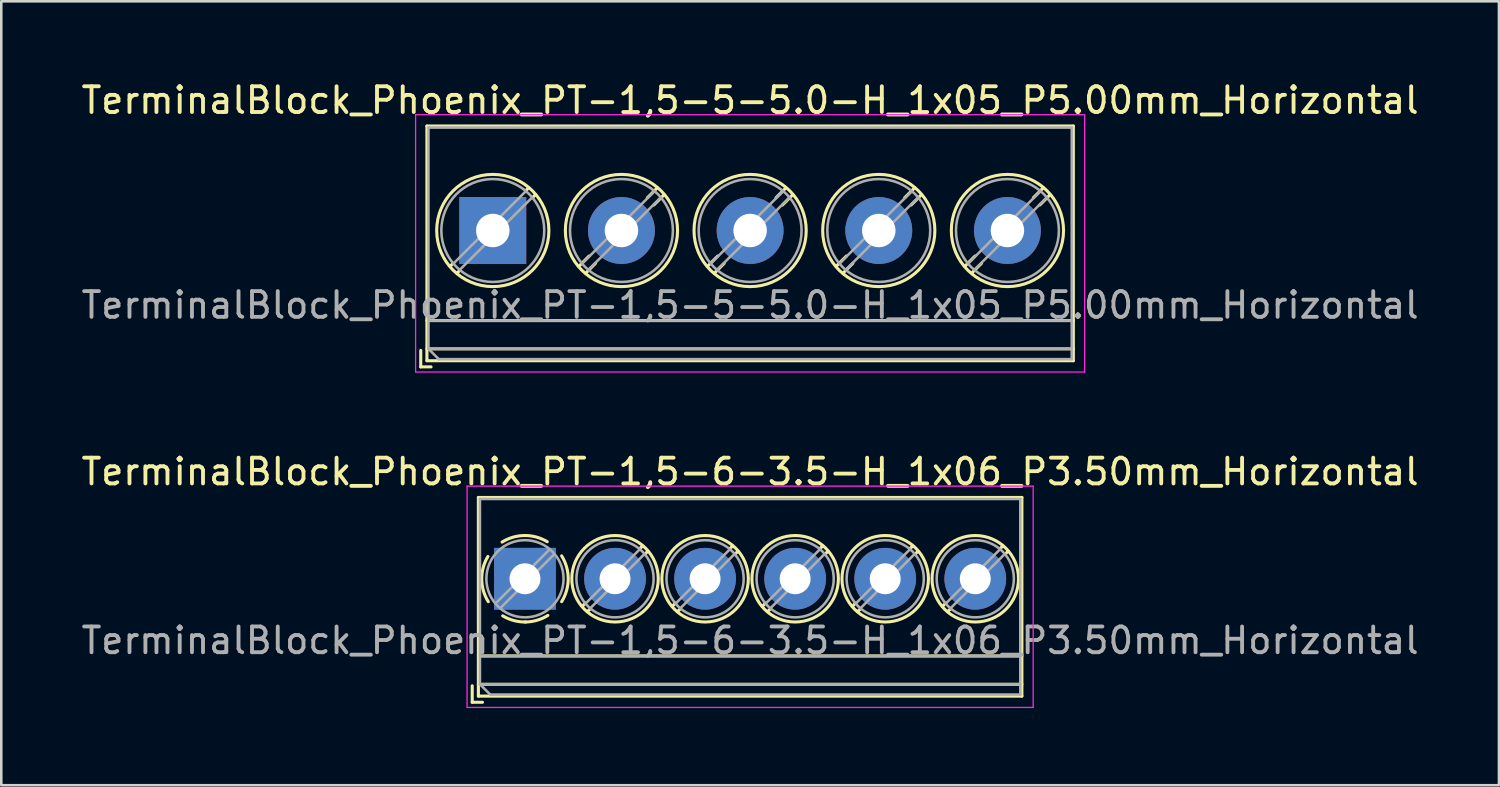
<source format=kicad_pcb>
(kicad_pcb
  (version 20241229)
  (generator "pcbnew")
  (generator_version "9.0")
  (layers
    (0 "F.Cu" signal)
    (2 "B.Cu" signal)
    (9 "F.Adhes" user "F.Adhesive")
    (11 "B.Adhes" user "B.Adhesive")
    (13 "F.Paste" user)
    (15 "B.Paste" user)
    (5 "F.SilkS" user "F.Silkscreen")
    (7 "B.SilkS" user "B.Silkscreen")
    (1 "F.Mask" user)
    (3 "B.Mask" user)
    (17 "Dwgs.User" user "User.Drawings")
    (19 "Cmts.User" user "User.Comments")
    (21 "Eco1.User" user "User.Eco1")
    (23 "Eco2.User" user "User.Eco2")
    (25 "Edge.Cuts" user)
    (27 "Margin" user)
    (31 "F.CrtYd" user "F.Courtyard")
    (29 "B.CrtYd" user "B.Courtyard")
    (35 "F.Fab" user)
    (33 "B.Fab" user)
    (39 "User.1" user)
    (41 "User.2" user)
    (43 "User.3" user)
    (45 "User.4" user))
  (footprint "TerminalBlock_Phoenix_PT-1,5-5-5.0-H_1x05_P5.00mm_Horizontal"
    (layer "F.Cu")
    (at 16.101 5.908)
    (property "Reference" "TerminalBlock_Phoenix_PT-1,5-5-5.0-H_1x05_P5.00mm_Horizontal" (at 10 -5.06 0) (layer "F.SilkS") (effects (font (size 1 1) (thickness 0.15))))
    (attr through_hole)
    (fp_line (start -2.8 4.66) (end -2.8 5.3) (stroke (width 0.12) (type solid)) (layer "F.SilkS"))
    (fp_line (start -2.8 5.3) (end -2.4 5.3) (stroke (width 0.12) (type solid)) (layer "F.SilkS"))
    (fp_line (start -2.56 -4.06) (end -2.56 5.06) (stroke (width 0.12) (type solid)) (layer "F.SilkS"))
    (fp_line (start -2.56 -4.06) (end 22.56 -4.06) (stroke (width 0.12) (type solid)) (layer "F.SilkS"))
    (fp_line (start -2.56 3.5) (end 22.56 3.5) (stroke (width 0.12) (type solid)) (layer "F.SilkS"))
    (fp_line (start -2.56 4.6) (end 22.56 4.6) (stroke (width 0.12) (type solid)) (layer "F.SilkS"))
    (fp_line (start -2.56 5.06) (end 22.56 5.06) (stroke (width 0.12) (type solid)) (layer "F.SilkS"))
    (fp_line (start -1.548 1.281) (end -1.654 1.388) (stroke (width 0.12) (type solid)) (layer "F.SilkS"))
    (fp_line (start -1.282 1.547) (end -1.388 1.654) (stroke (width 0.12) (type solid)) (layer "F.SilkS"))
    (fp_line (start 1.388 -1.654) (end 1.281 -1.547) (stroke (width 0.12) (type solid)) (layer "F.SilkS"))
    (fp_line (start 1.654 -1.388) (end 1.547 -1.281) (stroke (width 0.12) (type solid)) (layer "F.SilkS"))
    (fp_line (start 3.742 0.992) (end 3.347 1.388) (stroke (width 0.12) (type solid)) (layer "F.SilkS"))
    (fp_line (start 3.993 1.274) (end 3.613 1.654) (stroke (width 0.12) (type solid)) (layer "F.SilkS"))
    (fp_line (start 6.388 -1.654) (end 6.008 -1.274) (stroke (width 0.12) (type solid)) (layer "F.SilkS"))
    (fp_line (start 6.654 -1.388) (end 6.259 -0.992) (stroke (width 0.12) (type solid)) (layer "F.SilkS"))
    (fp_line (start 8.742 0.992) (end 8.347 1.388) (stroke (width 0.12) (type solid)) (layer "F.SilkS"))
    (fp_line (start 8.993 1.274) (end 8.613 1.654) (stroke (width 0.12) (type solid)) (layer "F.SilkS"))
    (fp_line (start 11.388 -1.654) (end 11.008 -1.274) (stroke (width 0.12) (type solid)) (layer "F.SilkS"))
    (fp_line (start 11.654 -1.388) (end 11.259 -0.992) (stroke (width 0.12) (type solid)) (layer "F.SilkS"))
    (fp_line (start 13.742 0.992) (end 13.347 1.388) (stroke (width 0.12) (type solid)) (layer "F.SilkS"))
    (fp_line (start 13.993 1.274) (end 13.613 1.654) (stroke (width 0.12) (type solid)) (layer "F.SilkS"))
    (fp_line (start 16.388 -1.654) (end 16.008 -1.274) (stroke (width 0.12) (type solid)) (layer "F.SilkS"))
    (fp_line (start 16.654 -1.388) (end 16.259 -0.992) (stroke (width 0.12) (type solid)) (layer "F.SilkS"))
    (fp_line (start 18.742 0.992) (end 18.347 1.388) (stroke (width 0.12) (type solid)) (layer "F.SilkS"))
    (fp_line (start 18.993 1.274) (end 18.613 1.654) (stroke (width 0.12) (type solid)) (layer "F.SilkS"))
    (fp_line (start 21.388 -1.654) (end 21.008 -1.274) (stroke (width 0.12) (type solid)) (layer "F.SilkS"))
    (fp_line (start 21.654 -1.388) (end 21.259 -0.992) (stroke (width 0.12) (type solid)) (layer "F.SilkS"))
    (fp_line (start 22.56 -4.06) (end 22.56 5.06) (stroke (width 0.12) (type solid)) (layer "F.SilkS"))
    (fp_circle (center 0 0) (end 2.18 0) (stroke (width 0.12) (type solid)) (fill no) (layer "F.SilkS"))
    (fp_circle (center 5 0) (end 7.18 0) (stroke (width 0.12) (type solid)) (fill no) (layer "F.SilkS"))
    (fp_circle (center 10 0) (end 12.18 0) (stroke (width 0.12) (type solid)) (fill no) (layer "F.SilkS"))
    (fp_circle (center 15 0) (end 17.18 0) (stroke (width 0.12) (type solid)) (fill no) (layer "F.SilkS"))
    (fp_circle (center 20 0) (end 22.18 0) (stroke (width 0.12) (type solid)) (fill no) (layer "F.SilkS"))
    (fp_line (start -3 -4.5) (end -3 5.5) (stroke (width 0.05) (type solid)) (layer "F.CrtYd"))
    (fp_line (start -3 5.5) (end 23 5.5) (stroke (width 0.05) (type solid)) (layer "F.CrtYd"))
    (fp_line (start 23 -4.5) (end -3 -4.5) (stroke (width 0.05) (type solid)) (layer "F.CrtYd"))
    (fp_line (start 23 5.5) (end 23 -4.5) (stroke (width 0.05) (type solid)) (layer "F.CrtYd"))
    (fp_line (start -2.5 -4) (end 22.5 -4) (stroke (width 0.1) (type solid)) (layer "F.Fab"))
    (fp_line (start -2.5 3.5) (end 22.5 3.5) (stroke (width 0.1) (type solid)) (layer "F.Fab"))
    (fp_line (start -2.5 4.6) (end -2.5 -4) (stroke (width 0.1) (type solid)) (layer "F.Fab"))
    (fp_line (start -2.5 4.6) (end 22.5 4.6) (stroke (width 0.1) (type solid)) (layer "F.Fab"))
    (fp_line (start -2.1 5) (end -2.5 4.6) (stroke (width 0.1) (type solid)) (layer "F.Fab"))
    (fp_line (start 1.273 -1.517) (end -1.517 1.273) (stroke (width 0.1) (type solid)) (layer "F.Fab"))
    (fp_line (start 1.517 -1.273) (end -1.273 1.517) (stroke (width 0.1) (type solid)) (layer "F.Fab"))
    (fp_line (start 6.273 -1.517) (end 3.484 1.273) (stroke (width 0.1) (type solid)) (layer "F.Fab"))
    (fp_line (start 6.517 -1.273) (end 3.728 1.517) (stroke (width 0.1) (type solid)) (layer "F.Fab"))
    (fp_line (start 11.273 -1.517) (end 8.484 1.273) (stroke (width 0.1) (type solid)) (layer "F.Fab"))
    (fp_line (start 11.517 -1.273) (end 8.728 1.517) (stroke (width 0.1) (type solid)) (layer "F.Fab"))
    (fp_line (start 16.273 -1.517) (end 13.484 1.273) (stroke (width 0.1) (type solid)) (layer "F.Fab"))
    (fp_line (start 16.517 -1.273) (end 13.728 1.517) (stroke (width 0.1) (type solid)) (layer "F.Fab"))
    (fp_line (start 21.273 -1.517) (end 18.484 1.273) (stroke (width 0.1) (type solid)) (layer "F.Fab"))
    (fp_line (start 21.517 -1.273) (end 18.728 1.517) (stroke (width 0.1) (type solid)) (layer "F.Fab"))
    (fp_line (start 22.5 -4) (end 22.5 5) (stroke (width 0.1) (type solid)) (layer "F.Fab"))
    (fp_line (start 22.5 5) (end -2.1 5) (stroke (width 0.1) (type solid)) (layer "F.Fab"))
    (fp_circle (center 0 0) (end 2 0) (stroke (width 0.1) (type solid)) (fill no) (layer "F.Fab"))
    (fp_circle (center 5 0) (end 7 0) (stroke (width 0.1) (type solid)) (fill no) (layer "F.Fab"))
    (fp_circle (center 10 0) (end 12 0) (stroke (width 0.1) (type solid)) (fill no) (layer "F.Fab"))
    (fp_circle (center 15 0) (end 17 0) (stroke (width 0.1) (type solid)) (fill no) (layer "F.Fab"))
    (fp_circle (center 20 0) (end 22 0) (stroke (width 0.1) (type solid)) (fill no) (layer "F.Fab"))
    (fp_text user "${REFERENCE}" (at 10 2.9 0) (layer "F.Fab") (effects (font (size 1 1) (thickness 0.15))))
    (pad "1" thru_hole rect (at 0 0) (size 2.6 2.6) (drill 1.3) (layers "*.Cu" "*.Mask"))
    (pad "2" thru_hole circle (at 5 0) (size 2.6 2.6) (drill 1.3) (layers "*.Cu" "*.Mask"))
    (pad "3" thru_hole circle (at 10 0) (size 2.6 2.6) (drill 1.3) (layers "*.Cu" "*.Mask"))
    (pad "4" thru_hole circle (at 15 0) (size 2.6 2.6) (drill 1.3) (layers "*.Cu" "*.Mask"))
    (pad "5" thru_hole circle (at 20 0) (size 2.6 2.6) (drill 1.3) (layers "*.Cu" "*.Mask")))
  (footprint "TerminalBlock_Phoenix_PT-1,5-6-3.5-H_1x06_P3.50mm_Horizontal"
    (layer "F.Cu")
    (at 17.351 19.442)
    (property "Reference" "TerminalBlock_Phoenix_PT-1,5-6-3.5-H_1x06_P3.50mm_Horizontal" (at 8.75 -4.16 0) (layer "F.SilkS") (effects (font (size 1 1) (thickness 0.15))))
    (attr through_hole)
    (fp_line (start -2.05 4.16) (end -2.05 4.8) (stroke (width 0.12) (type solid)) (layer "F.SilkS"))
    (fp_line (start -2.05 4.8) (end -1.65 4.8) (stroke (width 0.12) (type solid)) (layer "F.SilkS"))
    (fp_line (start -1.81 -3.16) (end -1.81 4.56) (stroke (width 0.12) (type solid)) (layer "F.SilkS"))
    (fp_line (start -1.81 -3.16) (end 19.311 -3.16) (stroke (width 0.12) (type solid)) (layer "F.SilkS"))
    (fp_line (start -1.81 3) (end 19.311 3) (stroke (width 0.12) (type solid)) (layer "F.SilkS"))
    (fp_line (start -1.81 4.1) (end 19.311 4.1) (stroke (width 0.12) (type solid)) (layer "F.SilkS"))
    (fp_line (start -1.81 4.56) (end 19.311 4.56) (stroke (width 0.12) (type solid)) (layer "F.SilkS"))
    (fp_line (start 2.355 0.941) (end 2.226 1.069) (stroke (width 0.12) (type solid)) (layer "F.SilkS"))
    (fp_line (start 2.525 1.181) (end 2.431 1.274) (stroke (width 0.12) (type solid)) (layer "F.SilkS"))
    (fp_line (start 4.57 -1.275) (end 4.476 -1.181) (stroke (width 0.12) (type solid)) (layer "F.SilkS"))
    (fp_line (start 4.775 -1.069) (end 4.646 -0.941) (stroke (width 0.12) (type solid)) (layer "F.SilkS"))
    (fp_line (start 5.855 0.941) (end 5.726 1.069) (stroke (width 0.12) (type solid)) (layer "F.SilkS"))
    (fp_line (start 6.025 1.181) (end 5.931 1.274) (stroke (width 0.12) (type solid)) (layer "F.SilkS"))
    (fp_line (start 8.07 -1.275) (end 7.976 -1.181) (stroke (width 0.12) (type solid)) (layer "F.SilkS"))
    (fp_line (start 8.275 -1.069) (end 8.146 -0.941) (stroke (width 0.12) (type solid)) (layer "F.SilkS"))
    (fp_line (start 9.355 0.941) (end 9.226 1.069) (stroke (width 0.12) (type solid)) (layer "F.SilkS"))
    (fp_line (start 9.525 1.181) (end 9.431 1.274) (stroke (width 0.12) (type solid)) (layer "F.SilkS"))
    (fp_line (start 11.57 -1.275) (end 11.476 -1.181) (stroke (width 0.12) (type solid)) (layer "F.SilkS"))
    (fp_line (start 11.775 -1.069) (end 11.646 -0.941) (stroke (width 0.12) (type solid)) (layer "F.SilkS"))
    (fp_line (start 12.855 0.941) (end 12.726 1.069) (stroke (width 0.12) (type solid)) (layer "F.SilkS"))
    (fp_line (start 13.025 1.181) (end 12.931 1.274) (stroke (width 0.12) (type solid)) (layer "F.SilkS"))
    (fp_line (start 15.07 -1.275) (end 14.976 -1.181) (stroke (width 0.12) (type solid)) (layer "F.SilkS"))
    (fp_line (start 15.275 -1.069) (end 15.146 -0.941) (stroke (width 0.12) (type solid)) (layer "F.SilkS"))
    (fp_line (start 16.355 0.941) (end 16.226 1.069) (stroke (width 0.12) (type solid)) (layer "F.SilkS"))
    (fp_line (start 16.525 1.181) (end 16.431 1.274) (stroke (width 0.12) (type solid)) (layer "F.SilkS"))
    (fp_line (start 18.57 -1.275) (end 18.476 -1.181) (stroke (width 0.12) (type solid)) (layer "F.SilkS"))
    (fp_line (start 18.775 -1.069) (end 18.646 -0.941) (stroke (width 0.12) (type solid)) (layer "F.SilkS"))
    (fp_line (start 19.311 -3.16) (end 19.311 4.56) (stroke (width 0.12) (type solid)) (layer "F.SilkS"))
    (fp_arc (start -1.425358 0.889894) (mid -1.680286 0.014012) (end -1.44 -0.866) (stroke (width 0.12) (type solid)) (layer "F.SilkS"))
    (fp_arc (start -0.889894 -1.425358) (mid -0.014012 -1.680286) (end 0.866 -1.44) (stroke (width 0.12) (type solid)) (layer "F.SilkS"))
    (fp_arc (start 0.028674 1.680099) (mid -0.435535 1.622918) (end -0.866 1.44) (stroke (width 0.12) (type solid)) (layer "F.SilkS"))
    (fp_arc (start 0.890264 1.424721) (mid 0.463071 1.61492) (end 0 1.68) (stroke (width 0.12) (type solid)) (layer "F.SilkS"))
    (fp_arc (start 1.425504 -0.890193) (mid 1.680626 0.000476) (end 1.425 0.891) (stroke (width 0.12) (type solid)) (layer "F.SilkS"))
    (fp_circle (center 3.5 0) (end 5.18 0) (stroke (width 0.12) (type solid)) (fill no) (layer "F.SilkS"))
    (fp_circle (center 7 0) (end 8.68 0) (stroke (width 0.12) (type solid)) (fill no) (layer "F.SilkS"))
    (fp_circle (center 10.5 0) (end 12.18 0) (stroke (width 0.12) (type solid)) (fill no) (layer "F.SilkS"))
    (fp_circle (center 14 0) (end 15.68 0) (stroke (width 0.12) (type solid)) (fill no) (layer "F.SilkS"))
    (fp_circle (center 17.5 0) (end 19.18 0) (stroke (width 0.12) (type solid)) (fill no) (layer "F.SilkS"))
    (fp_line (start -2.25 -3.6) (end -2.25 5) (stroke (width 0.05) (type solid)) (layer "F.CrtYd"))
    (fp_line (start -2.25 5) (end 19.75 5) (stroke (width 0.05) (type solid)) (layer "F.CrtYd"))
    (fp_line (start 19.75 -3.6) (end -2.25 -3.6) (stroke (width 0.05) (type solid)) (layer "F.CrtYd"))
    (fp_line (start 19.75 5) (end 19.75 -3.6) (stroke (width 0.05) (type solid)) (layer "F.CrtYd"))
    (fp_line (start -1.75 -3.1) (end 19.25 -3.1) (stroke (width 0.1) (type solid)) (layer "F.Fab"))
    (fp_line (start -1.75 3) (end 19.25 3) (stroke (width 0.1) (type solid)) (layer "F.Fab"))
    (fp_line (start -1.75 4.1) (end -1.75 -3.1) (stroke (width 0.1) (type solid)) (layer "F.Fab"))
    (fp_line (start -1.75 4.1) (end 19.25 4.1) (stroke (width 0.1) (type solid)) (layer "F.Fab"))
    (fp_line (start -1.35 4.5) (end -1.75 4.1) (stroke (width 0.1) (type solid)) (layer "F.Fab"))
    (fp_line (start 0.955 -1.138) (end -1.138 0.955) (stroke (width 0.1) (type solid)) (layer "F.Fab"))
    (fp_line (start 1.138 -0.955) (end -0.955 1.138) (stroke (width 0.1) (type solid)) (layer "F.Fab"))
    (fp_line (start 4.455 -1.138) (end 2.363 0.955) (stroke (width 0.1) (type solid)) (layer "F.Fab"))
    (fp_line (start 4.638 -0.955) (end 2.546 1.138) (stroke (width 0.1) (type solid)) (layer "F.Fab"))
    (fp_line (start 7.955 -1.138) (end 5.863 0.955) (stroke (width 0.1) (type solid)) (layer "F.Fab"))
    (fp_line (start 8.138 -0.955) (end 6.046 1.138) (stroke (width 0.1) (type solid)) (layer "F.Fab"))
    (fp_line (start 11.455 -1.138) (end 9.363 0.955) (stroke (width 0.1) (type solid)) (layer "F.Fab"))
    (fp_line (start 11.638 -0.955) (end 9.546 1.138) (stroke (width 0.1) (type solid)) (layer "F.Fab"))
    (fp_line (start 14.955 -1.138) (end 12.863 0.955) (stroke (width 0.1) (type solid)) (layer "F.Fab"))
    (fp_line (start 15.138 -0.955) (end 13.046 1.138) (stroke (width 0.1) (type solid)) (layer "F.Fab"))
    (fp_line (start 18.455 -1.138) (end 16.363 0.955) (stroke (width 0.1) (type solid)) (layer "F.Fab"))
    (fp_line (start 18.638 -0.955) (end 16.546 1.138) (stroke (width 0.1) (type solid)) (layer "F.Fab"))
    (fp_line (start 19.25 -3.1) (end 19.25 4.5) (stroke (width 0.1) (type solid)) (layer "F.Fab"))
    (fp_line (start 19.25 4.5) (end -1.35 4.5) (stroke (width 0.1) (type solid)) (layer "F.Fab"))
    (fp_circle (center 0 0) (end 1.5 0) (stroke (width 0.1) (type solid)) (fill no) (layer "F.Fab"))
    (fp_circle (center 3.5 0) (end 5 0) (stroke (width 0.1) (type solid)) (fill no) (layer "F.Fab"))
    (fp_circle (center 7 0) (end 8.5 0) (stroke (width 0.1) (type solid)) (fill no) (layer "F.Fab"))
    (fp_circle (center 10.5 0) (end 12 0) (stroke (width 0.1) (type solid)) (fill no) (layer "F.Fab"))
    (fp_circle (center 14 0) (end 15.5 0) (stroke (width 0.1) (type solid)) (fill no) (layer "F.Fab"))
    (fp_circle (center 17.5 0) (end 19 0) (stroke (width 0.1) (type solid)) (fill no) (layer "F.Fab"))
    (fp_text user "${REFERENCE}" (at 8.75 2.4 0) (layer "F.Fab") (effects (font (size 1 1) (thickness 0.15))))
    (pad "1" thru_hole rect (at 0 0) (size 2.4 2.4) (drill 1.2) (layers "*.Cu" "*.Mask"))
    (pad "2" thru_hole circle (at 3.5 0) (size 2.4 2.4) (drill 1.2) (layers "*.Cu" "*.Mask"))
    (pad "3" thru_hole circle (at 7 0) (size 2.4 2.4) (drill 1.2) (layers "*.Cu" "*.Mask"))
    (pad "4" thru_hole circle (at 10.5 0) (size 2.4 2.4) (drill 1.2) (layers "*.Cu" "*.Mask"))
    (pad "5" thru_hole circle (at 14 0) (size 2.4 2.4) (drill 1.2) (layers "*.Cu" "*.Mask"))
    (pad "6" thru_hole circle (at 17.5 0) (size 2.4 2.4) (drill 1.2) (layers "*.Cu" "*.Mask")))
  (gr_rect
    (start -3 -3)
    (end 55.202 27.466)
    (stroke (width 0.1) (type default))
    (fill no)
    (layer "Edge.Cuts")))
</source>
